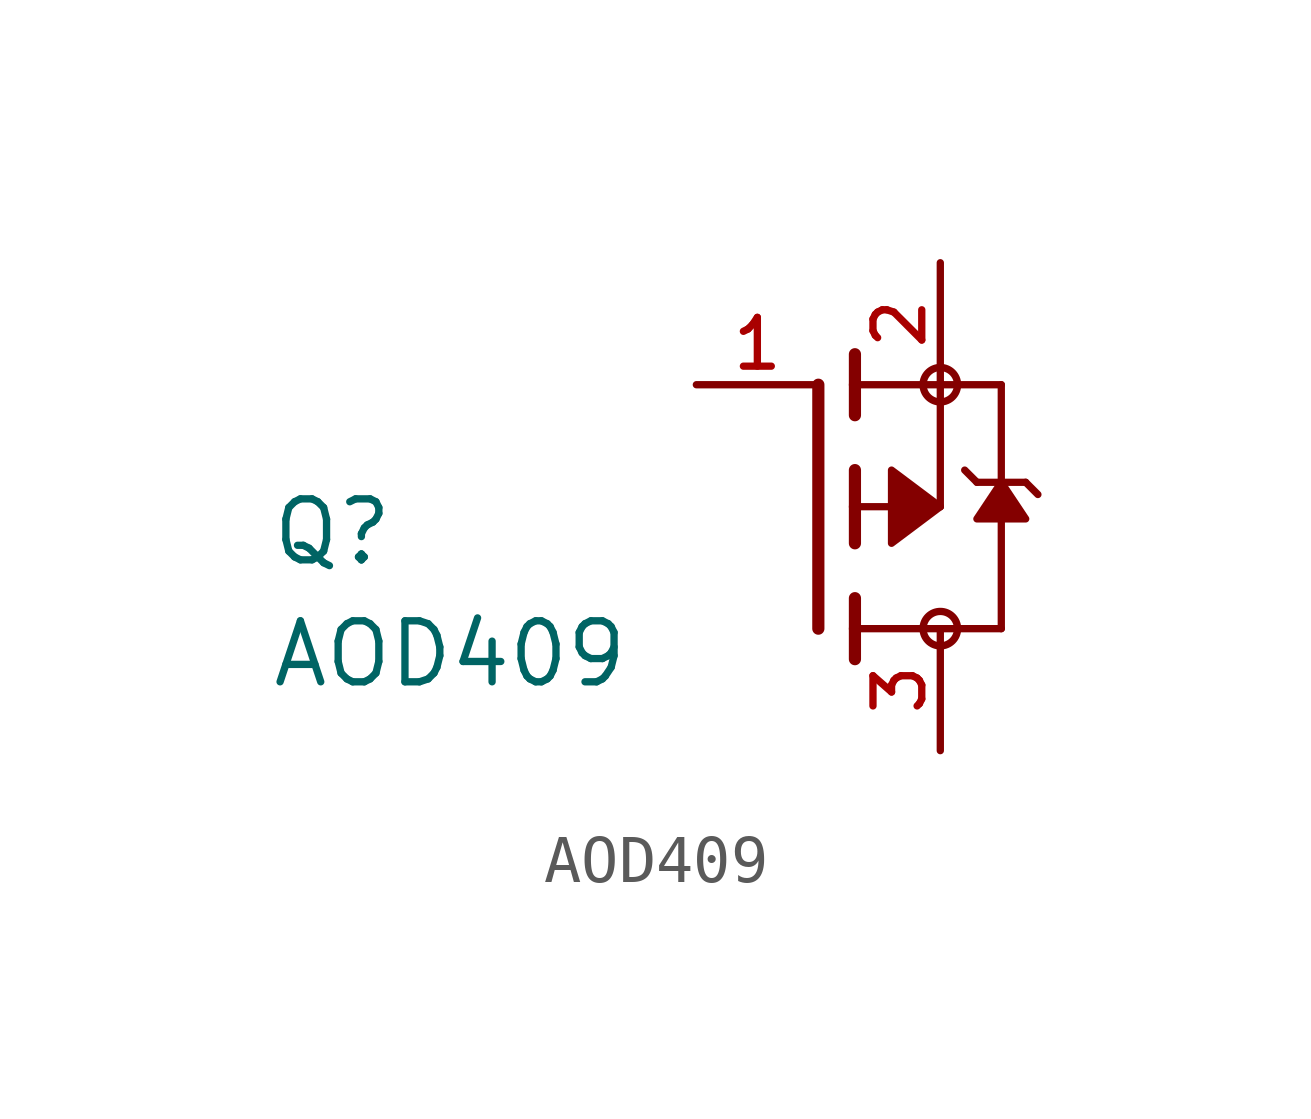
<source format=kicad_sym>
(kicad_symbol_lib
  (version 20211014)
  (generator kicad_symbol_editor)
  (symbol "AOD409"
    (pin_names
      (offset 1.016))
    (property "Reference" "Q"
      (at -13.97 -1.27 0)
      (effects (font (size 1.27 1.27)) (justify bottom left)))
    (property "Value" "AOD409"
      (at -13.97 -3.81 0)
      (effects (font (size 1.27 1.27)) (justify bottom left)))
    (symbol "AOD409_0_0"
      (polyline (pts (xy -1.778 -0.762) (xy -1.778 0.0)) (stroke (width 0.254)))
      (polyline (pts (xy -1.778 0.0) (xy -1.778 0.762)) (stroke (width 0.254)))
      (polyline (pts (xy -1.778 -3.175) (xy -1.778 -2.54)) (stroke (width 0.254)))
      (polyline (pts (xy -1.778 -2.54) (xy -1.778 -1.905)) (stroke (width 0.254)))
      (polyline (pts (xy -1.778 0.0) (xy 0.0 0.0)) (stroke (width 0.152)))
      (polyline (pts (xy 0.0 0.0) (xy 0.0 2.54)) (stroke (width 0.152)))
      (polyline (pts (xy -1.778 1.905) (xy -1.778 2.54)) (stroke (width 0.254)))
      (polyline (pts (xy -1.778 2.54) (xy -1.778 3.175)) (stroke (width 0.254)))
      (polyline (pts (xy -2.54 -2.54) (xy -2.54 2.54)) (stroke (width 0.254)))
      (polyline (pts (xy 0.0 2.54) (xy -1.778 2.54)) (stroke (width 0.152)))
      (polyline (pts (xy 1.27 -2.54) (xy 1.27 0.508)) (stroke (width 0.152)))
      (polyline (pts (xy 1.27 0.508) (xy 1.27 2.54)) (stroke (width 0.152)))
      (polyline (pts (xy 0.0 2.54) (xy 1.27 2.54)) (stroke (width 0.152)))
      (polyline (pts (xy -1.778 -2.54) (xy 1.27 -2.54)) (stroke (width 0.152)))
      (polyline (pts (xy 0.508 0.762) (xy 0.762 0.508)) (stroke (width 0.152)))
      (polyline (pts (xy 0.762 0.508) (xy 1.27 0.508)) (stroke (width 0.152)))
      (polyline (pts (xy 1.27 0.508) (xy 1.778 0.508)) (stroke (width 0.152)))
      (polyline (pts (xy 1.778 0.508) (xy 2.032 0.254)) (stroke (width 0.152)))
      (circle (center 0.0 2.54) (radius 0.359) (stroke (width 0.0)) (fill (type none)))
      (circle (center 0.0 -2.54) (radius 0.359) (stroke (width 0.0)) (fill (type none)))
      (polyline (pts (xy 1.27 0.508) (xy 1.778 -0.254) (xy 0.762 -0.254) (xy 1.27 0.508)) (stroke (width 0.152)) (fill (type outline)))
      (polyline (pts (xy 0.0 0.0) (xy -1.016 0.762) (xy -1.016 -0.762) (xy 0.0 0.0)) (stroke (width 0.152)) (fill (type outline)))
      (pin passive line (at 0.0 5.08 270.0) (length 2.54) (name "~" (effects (font (size 1.016 1.016)))) (number "2" (effects (font (size 1.016 1.016)))))
      (pin passive line (at -5.08 2.54 0) (length 2.54) (name "~" (effects (font (size 1.016 1.016)))) (number "1" (effects (font (size 1.016 1.016)))))
      (pin passive line (at 0.0 -5.08 90.0) (length 2.54) (name "~" (effects (font (size 1.016 1.016)))) (number "3" (effects (font (size 1.016 1.016))))))))
</source>
